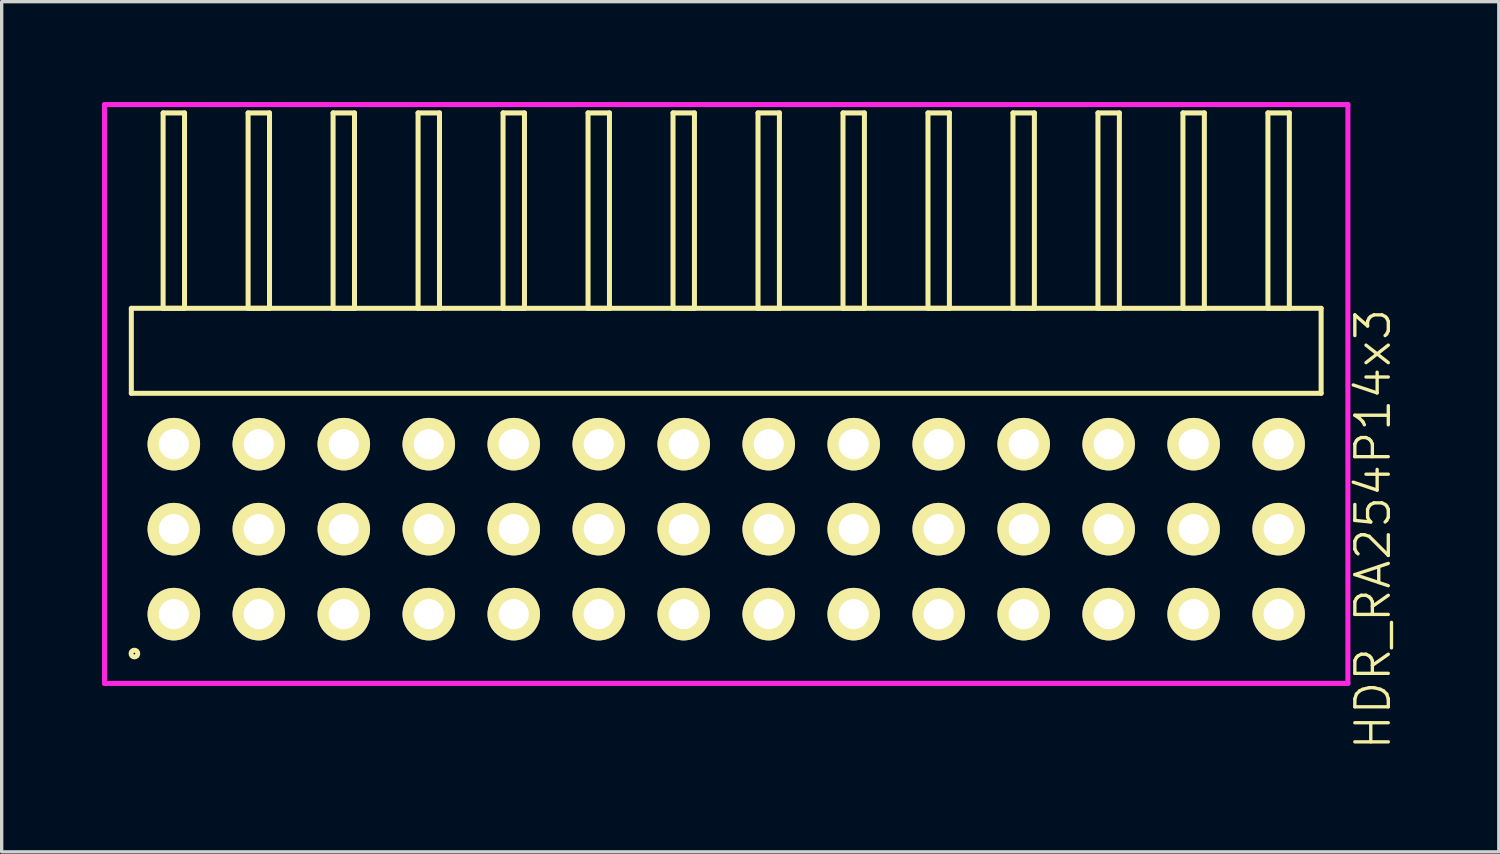
<source format=kicad_pcb>
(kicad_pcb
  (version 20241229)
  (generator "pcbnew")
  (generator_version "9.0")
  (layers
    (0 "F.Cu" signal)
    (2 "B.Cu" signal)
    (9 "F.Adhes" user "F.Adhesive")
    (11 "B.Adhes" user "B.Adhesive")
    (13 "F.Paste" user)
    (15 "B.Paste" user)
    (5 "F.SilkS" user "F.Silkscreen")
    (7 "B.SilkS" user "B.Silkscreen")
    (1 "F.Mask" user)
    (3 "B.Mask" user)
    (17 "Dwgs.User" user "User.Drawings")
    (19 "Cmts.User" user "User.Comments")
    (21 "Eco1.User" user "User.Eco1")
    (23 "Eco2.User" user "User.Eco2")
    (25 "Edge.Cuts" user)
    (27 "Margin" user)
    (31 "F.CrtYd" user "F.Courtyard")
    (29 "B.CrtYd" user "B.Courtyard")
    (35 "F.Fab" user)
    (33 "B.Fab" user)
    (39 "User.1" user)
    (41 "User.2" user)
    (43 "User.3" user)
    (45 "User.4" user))
  (footprint "HDR_RA254P14x3"
    (layer "F.Cu")
    (at 18.655 12.765)
    (property "Reference" "HDR_RA254P14x3" (at 19.33 0 90) (layer "F.SilkS") (effects (font (size 1 1) (thickness 0.1))))
    (attr through_hole)
    (fp_line (start -17.78 -6.6) (end -17.78 -4.06) (stroke (width 0.15) (type solid)) (layer "F.SilkS"))
    (fp_line (start -17.78 -4.06) (end 17.78 -4.06) (stroke (width 0.15) (type solid)) (layer "F.SilkS"))
    (fp_line (start -16.83 -12.44) (end -16.83 -6.6) (stroke (width 0.15) (type solid)) (layer "F.SilkS"))
    (fp_line (start -16.83 -6.6) (end -16.19 -6.6) (stroke (width 0.15) (type solid)) (layer "F.SilkS"))
    (fp_line (start -16.19 -12.44) (end -16.83 -12.44) (stroke (width 0.15) (type solid)) (layer "F.SilkS"))
    (fp_line (start -16.19 -6.6) (end -16.19 -12.44) (stroke (width 0.15) (type solid)) (layer "F.SilkS"))
    (fp_line (start -14.29 -12.44) (end -14.29 -6.6) (stroke (width 0.15) (type solid)) (layer "F.SilkS"))
    (fp_line (start -14.29 -6.6) (end -13.65 -6.6) (stroke (width 0.15) (type solid)) (layer "F.SilkS"))
    (fp_line (start -13.65 -12.44) (end -14.29 -12.44) (stroke (width 0.15) (type solid)) (layer "F.SilkS"))
    (fp_line (start -13.65 -6.6) (end -13.65 -12.44) (stroke (width 0.15) (type solid)) (layer "F.SilkS"))
    (fp_line (start -11.75 -12.44) (end -11.75 -6.6) (stroke (width 0.15) (type solid)) (layer "F.SilkS"))
    (fp_line (start -11.75 -6.6) (end -11.11 -6.6) (stroke (width 0.15) (type solid)) (layer "F.SilkS"))
    (fp_line (start -11.11 -12.44) (end -11.75 -12.44) (stroke (width 0.15) (type solid)) (layer "F.SilkS"))
    (fp_line (start -11.11 -6.6) (end -11.11 -12.44) (stroke (width 0.15) (type solid)) (layer "F.SilkS"))
    (fp_line (start -9.21 -12.44) (end -9.21 -6.6) (stroke (width 0.15) (type solid)) (layer "F.SilkS"))
    (fp_line (start -9.21 -6.6) (end -8.57 -6.6) (stroke (width 0.15) (type solid)) (layer "F.SilkS"))
    (fp_line (start -8.57 -12.44) (end -9.21 -12.44) (stroke (width 0.15) (type solid)) (layer "F.SilkS"))
    (fp_line (start -8.57 -6.6) (end -8.57 -12.44) (stroke (width 0.15) (type solid)) (layer "F.SilkS"))
    (fp_line (start -6.67 -12.44) (end -6.67 -6.6) (stroke (width 0.15) (type solid)) (layer "F.SilkS"))
    (fp_line (start -6.67 -6.6) (end -6.03 -6.6) (stroke (width 0.15) (type solid)) (layer "F.SilkS"))
    (fp_line (start -6.03 -12.44) (end -6.67 -12.44) (stroke (width 0.15) (type solid)) (layer "F.SilkS"))
    (fp_line (start -6.03 -6.6) (end -6.03 -12.44) (stroke (width 0.15) (type solid)) (layer "F.SilkS"))
    (fp_line (start -4.13 -12.44) (end -4.13 -6.6) (stroke (width 0.15) (type solid)) (layer "F.SilkS"))
    (fp_line (start -4.13 -6.6) (end -3.49 -6.6) (stroke (width 0.15) (type solid)) (layer "F.SilkS"))
    (fp_line (start -3.49 -12.44) (end -4.13 -12.44) (stroke (width 0.15) (type solid)) (layer "F.SilkS"))
    (fp_line (start -3.49 -6.6) (end -3.49 -12.44) (stroke (width 0.15) (type solid)) (layer "F.SilkS"))
    (fp_line (start -1.59 -12.44) (end -1.59 -6.6) (stroke (width 0.15) (type solid)) (layer "F.SilkS"))
    (fp_line (start -1.59 -6.6) (end -0.95 -6.6) (stroke (width 0.15) (type solid)) (layer "F.SilkS"))
    (fp_line (start -0.95 -12.44) (end -1.59 -12.44) (stroke (width 0.15) (type solid)) (layer "F.SilkS"))
    (fp_line (start -0.95 -6.6) (end -0.95 -12.44) (stroke (width 0.15) (type solid)) (layer "F.SilkS"))
    (fp_line (start 0.95 -12.44) (end 0.95 -6.6) (stroke (width 0.15) (type solid)) (layer "F.SilkS"))
    (fp_line (start 0.95 -6.6) (end 1.59 -6.6) (stroke (width 0.15) (type solid)) (layer "F.SilkS"))
    (fp_line (start 1.59 -12.44) (end 0.95 -12.44) (stroke (width 0.15) (type solid)) (layer "F.SilkS"))
    (fp_line (start 1.59 -6.6) (end 1.59 -12.44) (stroke (width 0.15) (type solid)) (layer "F.SilkS"))
    (fp_line (start 3.49 -12.44) (end 3.49 -6.6) (stroke (width 0.15) (type solid)) (layer "F.SilkS"))
    (fp_line (start 3.49 -6.6) (end 4.13 -6.6) (stroke (width 0.15) (type solid)) (layer "F.SilkS"))
    (fp_line (start 4.13 -12.44) (end 3.49 -12.44) (stroke (width 0.15) (type solid)) (layer "F.SilkS"))
    (fp_line (start 4.13 -6.6) (end 4.13 -12.44) (stroke (width 0.15) (type solid)) (layer "F.SilkS"))
    (fp_line (start 6.03 -12.44) (end 6.03 -6.6) (stroke (width 0.15) (type solid)) (layer "F.SilkS"))
    (fp_line (start 6.03 -6.6) (end 6.67 -6.6) (stroke (width 0.15) (type solid)) (layer "F.SilkS"))
    (fp_line (start 6.67 -12.44) (end 6.03 -12.44) (stroke (width 0.15) (type solid)) (layer "F.SilkS"))
    (fp_line (start 6.67 -6.6) (end 6.67 -12.44) (stroke (width 0.15) (type solid)) (layer "F.SilkS"))
    (fp_line (start 8.57 -12.44) (end 8.57 -6.6) (stroke (width 0.15) (type solid)) (layer "F.SilkS"))
    (fp_line (start 8.57 -6.6) (end 9.21 -6.6) (stroke (width 0.15) (type solid)) (layer "F.SilkS"))
    (fp_line (start 9.21 -12.44) (end 8.57 -12.44) (stroke (width 0.15) (type solid)) (layer "F.SilkS"))
    (fp_line (start 9.21 -6.6) (end 9.21 -12.44) (stroke (width 0.15) (type solid)) (layer "F.SilkS"))
    (fp_line (start 11.11 -12.44) (end 11.11 -6.6) (stroke (width 0.15) (type solid)) (layer "F.SilkS"))
    (fp_line (start 11.11 -6.6) (end 11.75 -6.6) (stroke (width 0.15) (type solid)) (layer "F.SilkS"))
    (fp_line (start 11.75 -12.44) (end 11.11 -12.44) (stroke (width 0.15) (type solid)) (layer "F.SilkS"))
    (fp_line (start 11.75 -6.6) (end 11.75 -12.44) (stroke (width 0.15) (type solid)) (layer "F.SilkS"))
    (fp_line (start 13.65 -12.44) (end 13.65 -6.6) (stroke (width 0.15) (type solid)) (layer "F.SilkS"))
    (fp_line (start 13.65 -6.6) (end 14.29 -6.6) (stroke (width 0.15) (type solid)) (layer "F.SilkS"))
    (fp_line (start 14.29 -12.44) (end 13.65 -12.44) (stroke (width 0.15) (type solid)) (layer "F.SilkS"))
    (fp_line (start 14.29 -6.6) (end 14.29 -12.44) (stroke (width 0.15) (type solid)) (layer "F.SilkS"))
    (fp_line (start 16.19 -12.44) (end 16.19 -6.6) (stroke (width 0.15) (type solid)) (layer "F.SilkS"))
    (fp_line (start 16.19 -6.6) (end 16.83 -6.6) (stroke (width 0.15) (type solid)) (layer "F.SilkS"))
    (fp_line (start 16.83 -12.44) (end 16.19 -12.44) (stroke (width 0.15) (type solid)) (layer "F.SilkS"))
    (fp_line (start 16.83 -6.6) (end 16.83 -12.44) (stroke (width 0.15) (type solid)) (layer "F.SilkS"))
    (fp_line (start 17.78 -6.6) (end -17.78 -6.6) (stroke (width 0.15) (type solid)) (layer "F.SilkS"))
    (fp_line (start 17.78 -4.06) (end 17.78 -6.6) (stroke (width 0.15) (type solid)) (layer "F.SilkS"))
    (fp_circle (center -17.688 3.718) (end -17.588 3.718) (stroke (width 0.15) (type solid)) (fill no) (layer "F.SilkS"))
    (fp_line (start -18.58 -12.69) (end -18.58 4.61) (stroke (width 0.15) (type solid)) (layer "F.CrtYd"))
    (fp_line (start -18.58 4.61) (end 18.58 4.61) (stroke (width 0.15) (type solid)) (layer "F.CrtYd"))
    (fp_line (start 18.58 -12.69) (end -18.58 -12.69) (stroke (width 0.15) (type solid)) (layer "F.CrtYd"))
    (fp_line (start 18.58 4.61) (end 18.58 -12.69) (stroke (width 0.15) (type solid)) (layer "F.CrtYd"))
    (pad "1" thru_hole oval (at -16.51 2.54) (size 1.57 1.57) (drill 0.9) (layers "*.Cu" "*.Mask" "F.SilkS"))
    (pad "2" thru_hole oval (at -16.51 0) (size 1.57 1.57) (drill 0.9) (layers "*.Cu" "*.Mask" "F.SilkS"))
    (pad "3" thru_hole oval (at -16.51 -2.54) (size 1.57 1.57) (drill 0.9) (layers "*.Cu" "*.Mask" "F.SilkS"))
    (pad "4" thru_hole oval (at -13.97 2.54) (size 1.57 1.57) (drill 0.9) (layers "*.Cu" "*.Mask" "F.SilkS"))
    (pad "5" thru_hole oval (at -13.97 0) (size 1.57 1.57) (drill 0.9) (layers "*.Cu" "*.Mask" "F.SilkS"))
    (pad "6" thru_hole oval (at -13.97 -2.54) (size 1.57 1.57) (drill 0.9) (layers "*.Cu" "*.Mask" "F.SilkS"))
    (pad "7" thru_hole oval (at -11.43 2.54) (size 1.57 1.57) (drill 0.9) (layers "*.Cu" "*.Mask" "F.SilkS"))
    (pad "8" thru_hole oval (at -11.43 0) (size 1.57 1.57) (drill 0.9) (layers "*.Cu" "*.Mask" "F.SilkS"))
    (pad "9" thru_hole oval (at -11.43 -2.54) (size 1.57 1.57) (drill 0.9) (layers "*.Cu" "*.Mask" "F.SilkS"))
    (pad "10" thru_hole oval (at -8.89 2.54) (size 1.57 1.57) (drill 0.9) (layers "*.Cu" "*.Mask" "F.SilkS"))
    (pad "11" thru_hole oval (at -8.89 0) (size 1.57 1.57) (drill 0.9) (layers "*.Cu" "*.Mask" "F.SilkS"))
    (pad "12" thru_hole oval (at -8.89 -2.54) (size 1.57 1.57) (drill 0.9) (layers "*.Cu" "*.Mask" "F.SilkS"))
    (pad "13" thru_hole oval (at -6.35 2.54) (size 1.57 1.57) (drill 0.9) (layers "*.Cu" "*.Mask" "F.SilkS"))
    (pad "14" thru_hole oval (at -6.35 0) (size 1.57 1.57) (drill 0.9) (layers "*.Cu" "*.Mask" "F.SilkS"))
    (pad "15" thru_hole oval (at -6.35 -2.54) (size 1.57 1.57) (drill 0.9) (layers "*.Cu" "*.Mask" "F.SilkS"))
    (pad "16" thru_hole oval (at -3.81 2.54) (size 1.57 1.57) (drill 0.9) (layers "*.Cu" "*.Mask" "F.SilkS"))
    (pad "17" thru_hole oval (at -3.81 0) (size 1.57 1.57) (drill 0.9) (layers "*.Cu" "*.Mask" "F.SilkS"))
    (pad "18" thru_hole oval (at -3.81 -2.54) (size 1.57 1.57) (drill 0.9) (layers "*.Cu" "*.Mask" "F.SilkS"))
    (pad "19" thru_hole oval (at -1.27 2.54) (size 1.57 1.57) (drill 0.9) (layers "*.Cu" "*.Mask" "F.SilkS"))
    (pad "20" thru_hole oval (at -1.27 0) (size 1.57 1.57) (drill 0.9) (layers "*.Cu" "*.Mask" "F.SilkS"))
    (pad "21" thru_hole oval (at -1.27 -2.54) (size 1.57 1.57) (drill 0.9) (layers "*.Cu" "*.Mask" "F.SilkS"))
    (pad "22" thru_hole oval (at 1.27 2.54) (size 1.57 1.57) (drill 0.9) (layers "*.Cu" "*.Mask" "F.SilkS"))
    (pad "23" thru_hole oval (at 1.27 0) (size 1.57 1.57) (drill 0.9) (layers "*.Cu" "*.Mask" "F.SilkS"))
    (pad "24" thru_hole oval (at 1.27 -2.54) (size 1.57 1.57) (drill 0.9) (layers "*.Cu" "*.Mask" "F.SilkS"))
    (pad "25" thru_hole oval (at 3.81 2.54) (size 1.57 1.57) (drill 0.9) (layers "*.Cu" "*.Mask" "F.SilkS"))
    (pad "26" thru_hole oval (at 3.81 0) (size 1.57 1.57) (drill 0.9) (layers "*.Cu" "*.Mask" "F.SilkS"))
    (pad "27" thru_hole oval (at 3.81 -2.54) (size 1.57 1.57) (drill 0.9) (layers "*.Cu" "*.Mask" "F.SilkS"))
    (pad "28" thru_hole oval (at 6.35 2.54) (size 1.57 1.57) (drill 0.9) (layers "*.Cu" "*.Mask" "F.SilkS"))
    (pad "29" thru_hole oval (at 6.35 0) (size 1.57 1.57) (drill 0.9) (layers "*.Cu" "*.Mask" "F.SilkS"))
    (pad "30" thru_hole oval (at 6.35 -2.54) (size 1.57 1.57) (drill 0.9) (layers "*.Cu" "*.Mask" "F.SilkS"))
    (pad "31" thru_hole oval (at 8.89 2.54) (size 1.57 1.57) (drill 0.9) (layers "*.Cu" "*.Mask" "F.SilkS"))
    (pad "32" thru_hole oval (at 8.89 0) (size 1.57 1.57) (drill 0.9) (layers "*.Cu" "*.Mask" "F.SilkS"))
    (pad "33" thru_hole oval (at 8.89 -2.54) (size 1.57 1.57) (drill 0.9) (layers "*.Cu" "*.Mask" "F.SilkS"))
    (pad "34" thru_hole oval (at 11.43 2.54) (size 1.57 1.57) (drill 0.9) (layers "*.Cu" "*.Mask" "F.SilkS"))
    (pad "35" thru_hole oval (at 11.43 0) (size 1.57 1.57) (drill 0.9) (layers "*.Cu" "*.Mask" "F.SilkS"))
    (pad "36" thru_hole oval (at 11.43 -2.54) (size 1.57 1.57) (drill 0.9) (layers "*.Cu" "*.Mask" "F.SilkS"))
    (pad "37" thru_hole oval (at 13.97 2.54) (size 1.57 1.57) (drill 0.9) (layers "*.Cu" "*.Mask" "F.SilkS"))
    (pad "38" thru_hole oval (at 13.97 0) (size 1.57 1.57) (drill 0.9) (layers "*.Cu" "*.Mask" "F.SilkS"))
    (pad "39" thru_hole oval (at 13.97 -2.54) (size 1.57 1.57) (drill 0.9) (layers "*.Cu" "*.Mask" "F.SilkS"))
    (pad "40" thru_hole oval (at 16.51 2.54) (size 1.57 1.57) (drill 0.9) (layers "*.Cu" "*.Mask" "F.SilkS"))
    (pad "41" thru_hole oval (at 16.51 0) (size 1.57 1.57) (drill 0.9) (layers "*.Cu" "*.Mask" "F.SilkS"))
    (pad "42" thru_hole oval (at 16.51 -2.54) (size 1.57 1.57) (drill 0.9) (layers "*.Cu" "*.Mask" "F.SilkS")))
  (gr_rect
    (start -3 -3)
    (end 41.745 22.41)
    (stroke (width 0.1) (type default))
    (fill no)
    (layer "Edge.Cuts")))
</source>
